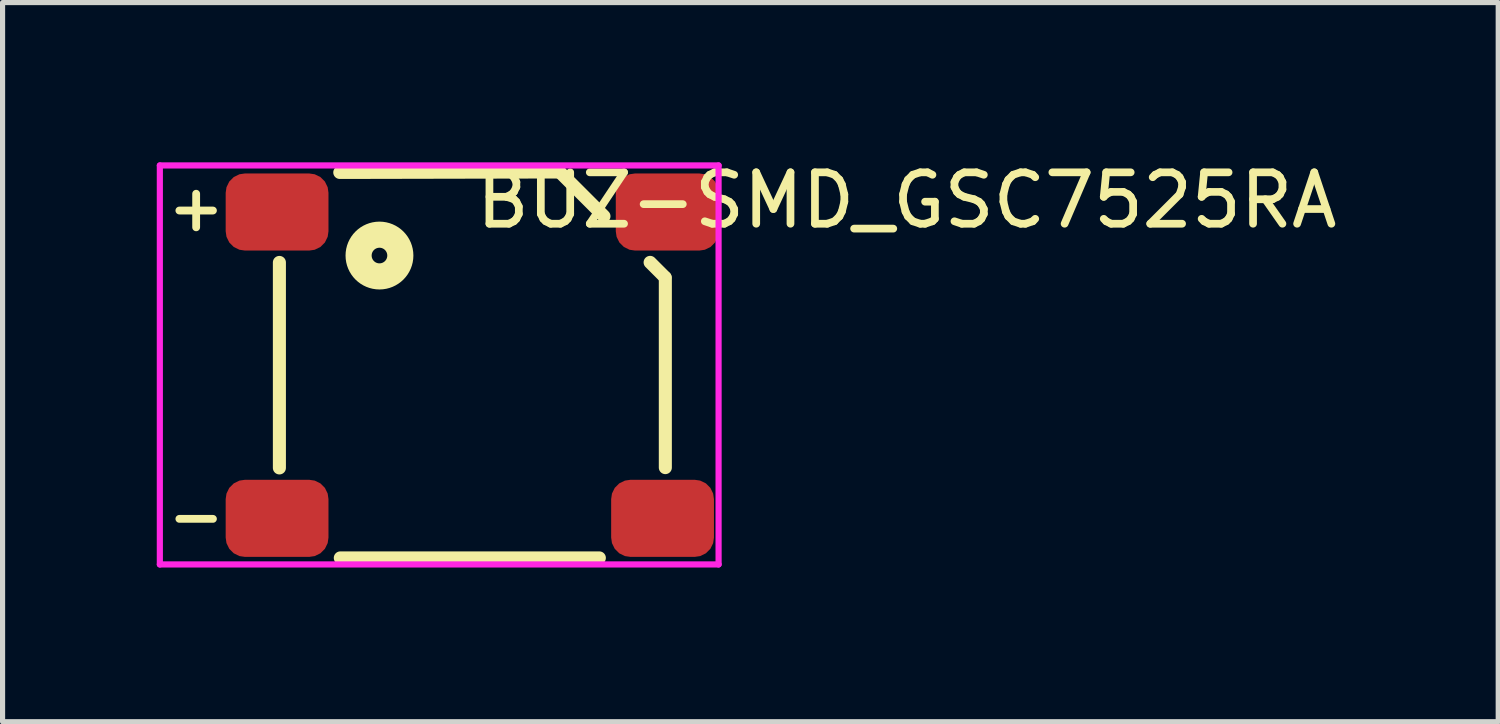
<source format=kicad_pcb>
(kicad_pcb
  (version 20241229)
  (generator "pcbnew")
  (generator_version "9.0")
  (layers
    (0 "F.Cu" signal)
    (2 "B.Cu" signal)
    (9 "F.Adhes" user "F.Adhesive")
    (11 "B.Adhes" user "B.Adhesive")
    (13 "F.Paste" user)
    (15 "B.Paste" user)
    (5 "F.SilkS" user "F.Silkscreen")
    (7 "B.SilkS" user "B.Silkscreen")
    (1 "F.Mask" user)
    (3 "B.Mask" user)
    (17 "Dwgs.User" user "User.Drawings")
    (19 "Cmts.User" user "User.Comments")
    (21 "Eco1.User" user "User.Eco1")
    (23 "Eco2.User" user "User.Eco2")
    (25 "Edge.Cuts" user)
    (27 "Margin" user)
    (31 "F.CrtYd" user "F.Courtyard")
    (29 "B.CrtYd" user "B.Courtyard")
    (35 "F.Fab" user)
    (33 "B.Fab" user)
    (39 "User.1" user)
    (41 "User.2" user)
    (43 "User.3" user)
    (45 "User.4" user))
  (footprint "BUZ-SMD_GSC7525RA"
    (layer "F.Cu")
    (at 6.136 4.055)
    (property "Reference" "BUZ-SMD_GSC7525RA" (at 0 -3.207 0) (layer "F.SilkS") (effects (font (size 1 1) (thickness 0.15)) (justify left)))
    (attr through_hole)
    (fp_line (start -3.75 -1.999) (end -3.75 1.999) (stroke (width 0.254) (type solid)) (layer "F.SilkS"))
    (fp_line (start 1.702 -3.759) (end -2.575 -3.75) (stroke (width 0.254) (type solid)) (layer "F.SilkS"))
    (fp_line (start 2.475 3.75) (end -2.565 3.75) (stroke (width 0.254) (type solid)) (layer "F.SilkS"))
    (fp_line (start 2.565 -2.898) (end 1.713 -3.75) (stroke (width 0.254) (type solid)) (layer "F.SilkS"))
    (fp_line (start 3.75 -1.713) (end 3.463 -2) (stroke (width 0.254) (type solid)) (layer "F.SilkS"))
    (fp_line (start 3.759 1.993) (end 3.759 -1.702) (stroke (width 0.254) (type solid)) (layer "F.SilkS"))
    (fp_circle (center -1.803 -2.133) (end -1.397 -2.133) (stroke (width 0.508) (type solid)) (fill no) (layer "F.SilkS"))
    (fp_circle (center -6.076 -3.886) (end -6.046 -3.886) (stroke (width 0.06) (type solid)) (fill no) (layer "Eco2.User"))
    (fp_line (start -6.076 -3.886) (end 4.795 -3.886) (stroke (width 0.12) (type solid)) (layer "F.CrtYd"))
    (fp_line (start -6.076 3.877) (end -6.076 -3.886) (stroke (width 0.12) (type solid)) (layer "F.CrtYd"))
    (fp_line (start 4.795 -3.886) (end 4.795 3.877) (stroke (width 0.12) (type solid)) (layer "F.CrtYd"))
    (fp_line (start 4.795 3.877) (end -6.076 3.877) (stroke (width 0.12) (type solid)) (layer "F.CrtYd"))
    (fp_text user "-" (at -6 2.928 0) (layer "F.SilkS") (effects (font (size 0.857 0.857) (thickness 0.152)) (justify left)))
    (fp_text user "+" (at -6 -3.071 0) (layer "F.SilkS") (effects (font (size 0.857 0.857) (thickness 0.152)) (justify left)))
    (pad "1" smd roundrect (at -3.795 -2.98 180) (size 2 1.5) (layers "F.Cu" "F.Mask" "F.Paste") (roundrect_rratio 0.25))
    (pad "2" smd roundrect (at -3.795 2.98 180) (size 2 1.5) (layers "F.Cu" "F.Mask" "F.Paste") (roundrect_rratio 0.25))
    (pad "3" smd roundrect (at 3.705 2.98 180) (size 2 1.5) (layers "F.Cu" "F.Mask" "F.Paste") (roundrect_rratio 0.25))
    (pad "3" smd roundrect (at 3.795 -2.98 180) (size 2 1.5) (layers "F.Cu" "F.Mask" "F.Paste") (roundrect_rratio 0.25)))
  (gr_rect
    (start -3 -3)
    (end 26.1 10.992)
    (stroke (width 0.1) (type default))
    (fill no)
    (layer "Edge.Cuts")))
</source>
